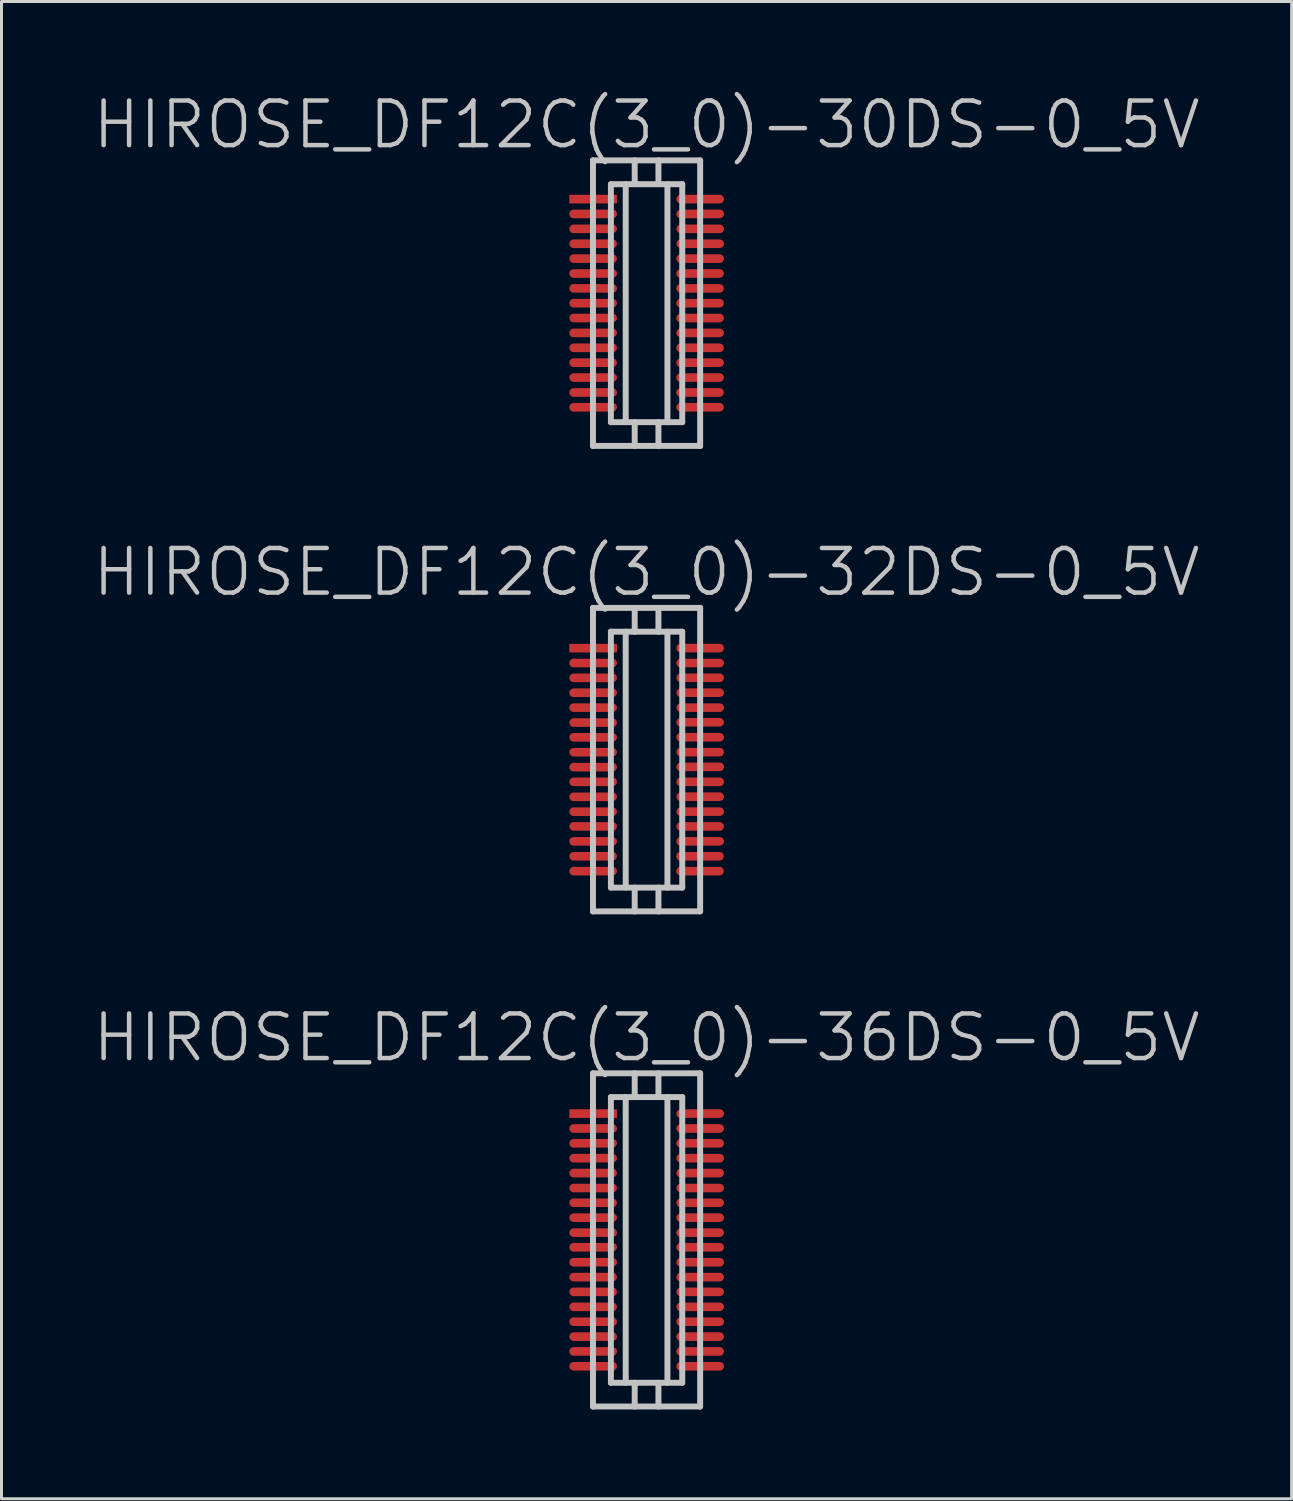
<source format=kicad_pcb>
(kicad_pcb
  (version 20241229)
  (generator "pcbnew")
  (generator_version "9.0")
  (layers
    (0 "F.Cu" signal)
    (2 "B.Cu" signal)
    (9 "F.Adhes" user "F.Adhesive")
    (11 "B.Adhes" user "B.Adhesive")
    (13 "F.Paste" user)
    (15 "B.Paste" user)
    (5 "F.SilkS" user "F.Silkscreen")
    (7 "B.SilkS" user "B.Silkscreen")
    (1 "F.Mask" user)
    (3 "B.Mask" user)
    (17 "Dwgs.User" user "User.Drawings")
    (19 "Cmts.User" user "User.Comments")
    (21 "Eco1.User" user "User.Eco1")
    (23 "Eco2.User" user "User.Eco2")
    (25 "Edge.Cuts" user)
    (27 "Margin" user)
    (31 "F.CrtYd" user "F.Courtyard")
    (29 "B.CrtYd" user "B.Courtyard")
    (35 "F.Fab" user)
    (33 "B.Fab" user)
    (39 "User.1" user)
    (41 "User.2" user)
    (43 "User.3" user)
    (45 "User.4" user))
  (footprint "HIROSE_DF12C(3_0)-32DS-0_5V"
    (layer "F.Cu")
    (at 18.682 22.482)
    (property "Reference" "HIROSE_DF12C(3_0)-32DS-0_5V" (at 0 -6.3 180) (layer "Dwgs.User") (effects (font (size 1.5 1.5) (thickness 0.15))))
    (attr smd)
    (fp_line (start -1.801 -5.1) (end 1.801 -5.1) (stroke (width 0.2) (type solid)) (layer "Dwgs.User"))
    (fp_line (start -1.801 5.1) (end -1.801 -5.1) (stroke (width 0.2) (type solid)) (layer "Dwgs.User"))
    (fp_line (start -1.199 -4.3) (end 1.199 -4.3) (stroke (width 0.2) (type solid)) (layer "Dwgs.User"))
    (fp_line (start -1.199 4.3) (end -1.199 -4.3) (stroke (width 0.2) (type solid)) (layer "Dwgs.User"))
    (fp_line (start -0.701 -4.3) (end -0.701 4.3) (stroke (width 0.2) (type solid)) (layer "Dwgs.User"))
    (fp_line (start -0.399 -4.3) (end -0.399 -5.1) (stroke (width 0.2) (type solid)) (layer "Dwgs.User"))
    (fp_line (start -0.399 5.103) (end -0.399 4.303) (stroke (width 0.2) (type solid)) (layer "Dwgs.User"))
    (fp_line (start 0.399 -4.3) (end 0.399 -5.1) (stroke (width 0.2) (type solid)) (layer "Dwgs.User"))
    (fp_line (start 0.399 4.303) (end 0.399 5.103) (stroke (width 0.2) (type solid)) (layer "Dwgs.User"))
    (fp_line (start 0.701 4.3) (end 0.701 -4.3) (stroke (width 0.2) (type solid)) (layer "Dwgs.User"))
    (fp_line (start 1.199 -4.3) (end 1.199 4.3) (stroke (width 0.2) (type solid)) (layer "Dwgs.User"))
    (fp_line (start 1.199 4.303) (end -1.199 4.303) (stroke (width 0.2) (type solid)) (layer "Dwgs.User"))
    (fp_line (start 1.801 -5.1) (end 1.801 5.1) (stroke (width 0.2) (type solid)) (layer "Dwgs.User"))
    (fp_line (start 1.801 5.1) (end -1.801 5.1) (stroke (width 0.2) (type solid)) (layer "Dwgs.User"))
    (pad "1" smd rect (at -1.796 -3.747 270) (size 0.29 1.6) (layers "F.Cu" "F.Mask" "F.Paste"))
    (pad "2" smd oval (at -1.796 -3.246 270) (size 0.29 1.6) (layers "F.Cu" "F.Mask" "F.Paste"))
    (pad "3" smd oval (at -1.796 -2.748 270) (size 0.29 1.6) (layers "F.Cu" "F.Mask" "F.Paste"))
    (pad "4" smd oval (at -1.796 -2.248 270) (size 0.29 1.6) (layers "F.Cu" "F.Mask" "F.Paste"))
    (pad "5" smd oval (at -1.796 -1.748 270) (size 0.29 1.6) (layers "F.Cu" "F.Mask" "F.Paste"))
    (pad "6" smd oval (at -1.796 -1.245 270) (size 0.29 1.6) (layers "F.Cu" "F.Mask" "F.Paste"))
    (pad "7" smd oval (at -1.796 -0.749 270) (size 0.29 1.6) (layers "F.Cu" "F.Mask" "F.Paste"))
    (pad "8" smd oval (at -1.796 -0.249 270) (size 0.29 1.6) (layers "F.Cu" "F.Mask" "F.Paste"))
    (pad "9" smd oval (at -1.796 0.254 270) (size 0.29 1.6) (layers "F.Cu" "F.Mask" "F.Paste"))
    (pad "10" smd oval (at -1.796 0.747 270) (size 0.29 1.6) (layers "F.Cu" "F.Mask" "F.Paste"))
    (pad "11" smd oval (at -1.796 1.25 270) (size 0.29 1.6) (layers "F.Cu" "F.Mask" "F.Paste"))
    (pad "12" smd oval (at -1.796 1.75 270) (size 0.29 1.6) (layers "F.Cu" "F.Mask" "F.Paste"))
    (pad "13" smd oval (at -1.796 2.245 270) (size 0.29 1.6) (layers "F.Cu" "F.Mask" "F.Paste"))
    (pad "14" smd oval (at -1.796 2.748 270) (size 0.29 1.6) (layers "F.Cu" "F.Mask" "F.Paste"))
    (pad "15" smd oval (at -1.796 3.249 270) (size 0.29 1.6) (layers "F.Cu" "F.Mask" "F.Paste"))
    (pad "16" smd oval (at -1.796 3.749 270) (size 0.29 1.6) (layers "F.Cu" "F.Mask" "F.Paste"))
    (pad "17" smd oval (at 1.796 3.749 270) (size 0.29 1.6) (layers "F.Cu" "F.Mask" "F.Paste"))
    (pad "18" smd oval (at 1.796 3.249 270) (size 0.29 1.6) (layers "F.Cu" "F.Mask" "F.Paste"))
    (pad "19" smd oval (at 1.801 2.746 270) (size 0.29 1.6) (layers "F.Cu" "F.Mask" "F.Paste"))
    (pad "20" smd oval (at 1.801 2.245 270) (size 0.29 1.6) (layers "F.Cu" "F.Mask" "F.Paste"))
    (pad "21" smd oval (at 1.801 1.748 270) (size 0.29 1.6) (layers "F.Cu" "F.Mask" "F.Paste"))
    (pad "22" smd oval (at 1.801 1.247 270) (size 0.29 1.6) (layers "F.Cu" "F.Mask" "F.Paste"))
    (pad "23" smd oval (at 1.801 0.747 270) (size 0.29 1.6) (layers "F.Cu" "F.Mask" "F.Paste"))
    (pad "24" smd oval (at 1.801 0.244 270) (size 0.29 1.6) (layers "F.Cu" "F.Mask" "F.Paste"))
    (pad "25" smd oval (at 1.801 -0.251 270) (size 0.29 1.6) (layers "F.Cu" "F.Mask" "F.Paste"))
    (pad "26" smd oval (at 1.801 -0.752 270) (size 0.29 1.6) (layers "F.Cu" "F.Mask" "F.Paste"))
    (pad "27" smd oval (at 1.801 -1.255 270) (size 0.29 1.6) (layers "F.Cu" "F.Mask" "F.Paste"))
    (pad "28" smd oval (at 1.801 -1.748 270) (size 0.29 1.6) (layers "F.Cu" "F.Mask" "F.Paste"))
    (pad "29" smd oval (at 1.801 -2.25 270) (size 0.29 1.6) (layers "F.Cu" "F.Mask" "F.Paste"))
    (pad "30" smd oval (at 1.801 -2.751 270) (size 0.29 1.6) (layers "F.Cu" "F.Mask" "F.Paste"))
    (pad "31" smd oval (at 1.801 -3.246 270) (size 0.29 1.6) (layers "F.Cu" "F.Mask" "F.Paste"))
    (pad "32" smd oval (at 1.801 -3.749 270) (size 0.29 1.6) (layers "F.Cu" "F.Mask" "F.Paste")))
  (footprint "HIROSE_DF12C(3_0)-30DS-0_5V"
    (layer "F.Cu")
    (at 18.682 7.141)
    (property "Reference" "HIROSE_DF12C(3_0)-30DS-0_5V" (at 0 -6 180) (layer "Dwgs.User") (effects (font (size 1.5 1.5) (thickness 0.15))))
    (attr smd)
    (fp_line (start -1.801 -4.801) (end -1.801 4.801) (stroke (width 0.2) (type solid)) (layer "Dwgs.User"))
    (fp_line (start -1.801 -4.801) (end 1.801 -4.801) (stroke (width 0.2) (type solid)) (layer "Dwgs.User"))
    (fp_line (start -1.199 -4) (end 1.199 -4) (stroke (width 0.2) (type solid)) (layer "Dwgs.User"))
    (fp_line (start -1.199 4) (end -1.199 -4) (stroke (width 0.2) (type solid)) (layer "Dwgs.User"))
    (fp_line (start -0.701 4) (end -0.701 -4) (stroke (width 0.2) (type solid)) (layer "Dwgs.User"))
    (fp_line (start -0.399 -4) (end -0.399 -4.801) (stroke (width 0.2) (type solid)) (layer "Dwgs.User"))
    (fp_line (start -0.399 4.801) (end -0.399 4) (stroke (width 0.2) (type solid)) (layer "Dwgs.User"))
    (fp_line (start 0.399 -4) (end 0.399 -4.801) (stroke (width 0.2) (type solid)) (layer "Dwgs.User"))
    (fp_line (start 0.399 4) (end 0.399 4.801) (stroke (width 0.2) (type solid)) (layer "Dwgs.User"))
    (fp_line (start 0.701 -4) (end 0.701 4) (stroke (width 0.2) (type solid)) (layer "Dwgs.User"))
    (fp_line (start 1.199 3.998) (end -1.199 3.998) (stroke (width 0.2) (type solid)) (layer "Dwgs.User"))
    (fp_line (start 1.199 4) (end 1.199 -4) (stroke (width 0.2) (type solid)) (layer "Dwgs.User"))
    (fp_line (start 1.801 4.796) (end -1.801 4.796) (stroke (width 0.2) (type solid)) (layer "Dwgs.User"))
    (fp_line (start 1.801 4.801) (end 1.801 -4.801) (stroke (width 0.2) (type solid)) (layer "Dwgs.User"))
    (pad "1" smd rect (at -1.796 -3.498 270) (size 0.29 1.6) (layers "F.Cu" "F.Mask" "F.Paste"))
    (pad "2" smd oval (at -1.796 -3 270) (size 0.29 1.6) (layers "F.Cu" "F.Mask" "F.Paste"))
    (pad "3" smd oval (at -1.796 -2.499 270) (size 0.29 1.6) (layers "F.Cu" "F.Mask" "F.Paste"))
    (pad "4" smd oval (at -1.796 -1.999 270) (size 0.29 1.6) (layers "F.Cu" "F.Mask" "F.Paste"))
    (pad "5" smd oval (at -1.796 -1.499 270) (size 0.29 1.6) (layers "F.Cu" "F.Mask" "F.Paste"))
    (pad "6" smd oval (at -1.796 -0.998 270) (size 0.29 1.6) (layers "F.Cu" "F.Mask" "F.Paste"))
    (pad "7" smd oval (at -1.796 -0.498 270) (size 0.29 1.6) (layers "F.Cu" "F.Mask" "F.Paste"))
    (pad "8" smd oval (at -1.796 0 270) (size 0.29 1.6) (layers "F.Cu" "F.Mask" "F.Paste"))
    (pad "9" smd oval (at -1.796 0.498 270) (size 0.29 1.6) (layers "F.Cu" "F.Mask" "F.Paste"))
    (pad "10" smd oval (at -1.796 0.998 270) (size 0.29 1.6) (layers "F.Cu" "F.Mask" "F.Paste"))
    (pad "11" smd oval (at -1.796 1.499 270) (size 0.29 1.6) (layers "F.Cu" "F.Mask" "F.Paste"))
    (pad "12" smd oval (at -1.796 1.999 270) (size 0.29 1.6) (layers "F.Cu" "F.Mask" "F.Paste"))
    (pad "13" smd oval (at -1.796 2.499 270) (size 0.29 1.6) (layers "F.Cu" "F.Mask" "F.Paste"))
    (pad "14" smd oval (at -1.796 3 270) (size 0.29 1.6) (layers "F.Cu" "F.Mask" "F.Paste"))
    (pad "15" smd oval (at -1.796 3.498 270) (size 0.29 1.6) (layers "F.Cu" "F.Mask" "F.Paste"))
    (pad "16" smd oval (at 1.798 3.498 270) (size 0.29 1.6) (layers "F.Cu" "F.Mask" "F.Paste"))
    (pad "17" smd oval (at 1.798 3 270) (size 0.29 1.6) (layers "F.Cu" "F.Mask" "F.Paste"))
    (pad "18" smd oval (at 1.798 2.499 270) (size 0.29 1.6) (layers "F.Cu" "F.Mask" "F.Paste"))
    (pad "19" smd oval (at 1.798 1.999 270) (size 0.29 1.6) (layers "F.Cu" "F.Mask" "F.Paste"))
    (pad "20" smd oval (at 1.798 1.499 270) (size 0.29 1.6) (layers "F.Cu" "F.Mask" "F.Paste"))
    (pad "21" smd oval (at 1.798 0.998 270) (size 0.29 1.6) (layers "F.Cu" "F.Mask" "F.Paste"))
    (pad "22" smd oval (at 1.798 0.498 270) (size 0.29 1.6) (layers "F.Cu" "F.Mask" "F.Paste"))
    (pad "23" smd oval (at 1.798 0 270) (size 0.29 1.6) (layers "F.Cu" "F.Mask" "F.Paste"))
    (pad "24" smd oval (at 1.798 -0.498 270) (size 0.29 1.6) (layers "F.Cu" "F.Mask" "F.Paste"))
    (pad "25" smd oval (at 1.798 -0.998 270) (size 0.29 1.6) (layers "F.Cu" "F.Mask" "F.Paste"))
    (pad "26" smd oval (at 1.801 -1.499 270) (size 0.29 1.6) (layers "F.Cu" "F.Mask" "F.Paste"))
    (pad "27" smd oval (at 1.801 -1.999 270) (size 0.29 1.6) (layers "F.Cu" "F.Mask" "F.Paste"))
    (pad "28" smd oval (at 1.801 -2.499 270) (size 0.29 1.6) (layers "F.Cu" "F.Mask" "F.Paste"))
    (pad "29" smd oval (at 1.801 -3 270) (size 0.29 1.6) (layers "F.Cu" "F.Mask" "F.Paste"))
    (pad "30" smd oval (at 1.801 -3.498 270) (size 0.29 1.6) (layers "F.Cu" "F.Mask" "F.Paste")))
  (footprint "HIROSE_DF12C(3_0)-36DS-0_5V"
    (layer "F.Cu")
    (at 18.682 38.626)
    (property "Reference" "HIROSE_DF12C(3_0)-36DS-0_5V" (at 0 -6.8 180) (layer "Dwgs.User") (effects (font (size 1.5 1.5) (thickness 0.15))))
    (attr smd)
    (fp_line (start -1.801 -5.601) (end -1.801 5.601) (stroke (width 0.2) (type solid)) (layer "Dwgs.User"))
    (fp_line (start -1.801 -5.601) (end 1.801 -5.601) (stroke (width 0.2) (type solid)) (layer "Dwgs.User"))
    (fp_line (start -1.199 -4.801) (end -1.199 4.801) (stroke (width 0.2) (type solid)) (layer "Dwgs.User"))
    (fp_line (start -1.199 -4.801) (end 1.199 -4.801) (stroke (width 0.2) (type solid)) (layer "Dwgs.User"))
    (fp_line (start -0.701 -4.801) (end -0.701 4.801) (stroke (width 0.2) (type solid)) (layer "Dwgs.User"))
    (fp_line (start -0.399 -4.801) (end -0.399 -5.601) (stroke (width 0.2) (type solid)) (layer "Dwgs.User"))
    (fp_line (start -0.399 5.601) (end -0.399 4.801) (stroke (width 0.2) (type solid)) (layer "Dwgs.User"))
    (fp_line (start 0.399 -4.801) (end 0.399 -5.601) (stroke (width 0.2) (type solid)) (layer "Dwgs.User"))
    (fp_line (start 0.399 4.801) (end 0.399 5.601) (stroke (width 0.2) (type solid)) (layer "Dwgs.User"))
    (fp_line (start 0.701 -4.801) (end 0.701 4.801) (stroke (width 0.2) (type solid)) (layer "Dwgs.User"))
    (fp_line (start 1.199 -4.801) (end 1.199 4.801) (stroke (width 0.2) (type solid)) (layer "Dwgs.User"))
    (fp_line (start 1.199 4.801) (end -1.199 4.801) (stroke (width 0.2) (type solid)) (layer "Dwgs.User"))
    (fp_line (start 1.801 -5.601) (end 1.801 5.601) (stroke (width 0.2) (type solid)) (layer "Dwgs.User"))
    (fp_line (start 1.801 5.598) (end -1.801 5.598) (stroke (width 0.2) (type solid)) (layer "Dwgs.User"))
    (pad "1" smd rect (at -1.796 -4.247 270) (size 0.29 1.6) (layers "F.Cu" "F.Mask" "F.Paste"))
    (pad "2" smd oval (at -1.796 -3.747 270) (size 0.29 1.6) (layers "F.Cu" "F.Mask" "F.Paste"))
    (pad "3" smd oval (at -1.796 -3.249 270) (size 0.29 1.6) (layers "F.Cu" "F.Mask" "F.Paste"))
    (pad "4" smd oval (at -1.796 -2.748 270) (size 0.29 1.6) (layers "F.Cu" "F.Mask" "F.Paste"))
    (pad "5" smd oval (at -1.796 -2.248 270) (size 0.29 1.6) (layers "F.Cu" "F.Mask" "F.Paste"))
    (pad "6" smd oval (at -1.796 -1.745 270) (size 0.29 1.6) (layers "F.Cu" "F.Mask" "F.Paste"))
    (pad "7" smd oval (at -1.796 -1.25 270) (size 0.29 1.6) (layers "F.Cu" "F.Mask" "F.Paste"))
    (pad "8" smd oval (at -1.796 -0.749 270) (size 0.29 1.6) (layers "F.Cu" "F.Mask" "F.Paste"))
    (pad "9" smd oval (at -1.796 -0.246 270) (size 0.29 1.6) (layers "F.Cu" "F.Mask" "F.Paste"))
    (pad "10" smd oval (at -1.796 0.246 270) (size 0.29 1.6) (layers "F.Cu" "F.Mask" "F.Paste"))
    (pad "11" smd oval (at -1.796 0.749 270) (size 0.29 1.6) (layers "F.Cu" "F.Mask" "F.Paste"))
    (pad "12" smd oval (at -1.796 1.25 270) (size 0.29 1.6) (layers "F.Cu" "F.Mask" "F.Paste"))
    (pad "13" smd oval (at -1.796 1.745 270) (size 0.29 1.6) (layers "F.Cu" "F.Mask" "F.Paste"))
    (pad "14" smd oval (at -1.796 2.248 270) (size 0.29 1.6) (layers "F.Cu" "F.Mask" "F.Paste"))
    (pad "15" smd oval (at -1.796 2.748 270) (size 0.29 1.6) (layers "F.Cu" "F.Mask" "F.Paste"))
    (pad "16" smd oval (at -1.796 3.249 270) (size 0.29 1.6) (layers "F.Cu" "F.Mask" "F.Paste"))
    (pad "17" smd oval (at -1.796 3.747 270) (size 0.29 1.6) (layers "F.Cu" "F.Mask" "F.Paste"))
    (pad "18" smd oval (at -1.796 4.247 270) (size 0.29 1.6) (layers "F.Cu" "F.Mask" "F.Paste"))
    (pad "19" smd oval (at 1.801 4.247 270) (size 0.29 1.6) (layers "F.Cu" "F.Mask" "F.Paste"))
    (pad "20" smd oval (at 1.801 3.747 270) (size 0.29 1.6) (layers "F.Cu" "F.Mask" "F.Paste"))
    (pad "21" smd oval (at 1.801 3.249 270) (size 0.29 1.6) (layers "F.Cu" "F.Mask" "F.Paste"))
    (pad "22" smd oval (at 1.801 2.748 270) (size 0.29 1.6) (layers "F.Cu" "F.Mask" "F.Paste"))
    (pad "23" smd oval (at 1.801 2.248 270) (size 0.29 1.6) (layers "F.Cu" "F.Mask" "F.Paste"))
    (pad "24" smd oval (at 1.801 1.745 270) (size 0.29 1.6) (layers "F.Cu" "F.Mask" "F.Paste"))
    (pad "25" smd oval (at 1.801 1.25 270) (size 0.29 1.6) (layers "F.Cu" "F.Mask" "F.Paste"))
    (pad "26" smd oval (at 1.801 0.749 270) (size 0.29 1.6) (layers "F.Cu" "F.Mask" "F.Paste"))
    (pad "27" smd oval (at 1.801 0.246 270) (size 0.29 1.6) (layers "F.Cu" "F.Mask" "F.Paste"))
    (pad "28" smd oval (at 1.801 -0.246 270) (size 0.29 1.6) (layers "F.Cu" "F.Mask" "F.Paste"))
    (pad "29" smd oval (at 1.801 -0.749 270) (size 0.29 1.6) (layers "F.Cu" "F.Mask" "F.Paste"))
    (pad "30" smd oval (at 1.801 -1.25 270) (size 0.29 1.6) (layers "F.Cu" "F.Mask" "F.Paste"))
    (pad "31" smd oval (at 1.801 -1.745 270) (size 0.29 1.6) (layers "F.Cu" "F.Mask" "F.Paste"))
    (pad "32" smd oval (at 1.801 -2.248 270) (size 0.29 1.6) (layers "F.Cu" "F.Mask" "F.Paste"))
    (pad "33" smd oval (at 1.801 -2.748 270) (size 0.29 1.6) (layers "F.Cu" "F.Mask" "F.Paste"))
    (pad "34" smd oval (at 1.801 -3.249 270) (size 0.29 1.6) (layers "F.Cu" "F.Mask" "F.Paste"))
    (pad "35" smd oval (at 1.801 -3.747 270) (size 0.29 1.6) (layers "F.Cu" "F.Mask" "F.Paste"))
    (pad "36" smd oval (at 1.801 -4.247 270) (size 0.29 1.6) (layers "F.Cu" "F.Mask" "F.Paste")))
  (gr_rect
    (start -3 -3)
    (end 40.364 47.326)
    (stroke (width 0.1) (type default))
    (fill no)
    (layer "Edge.Cuts")))
</source>
